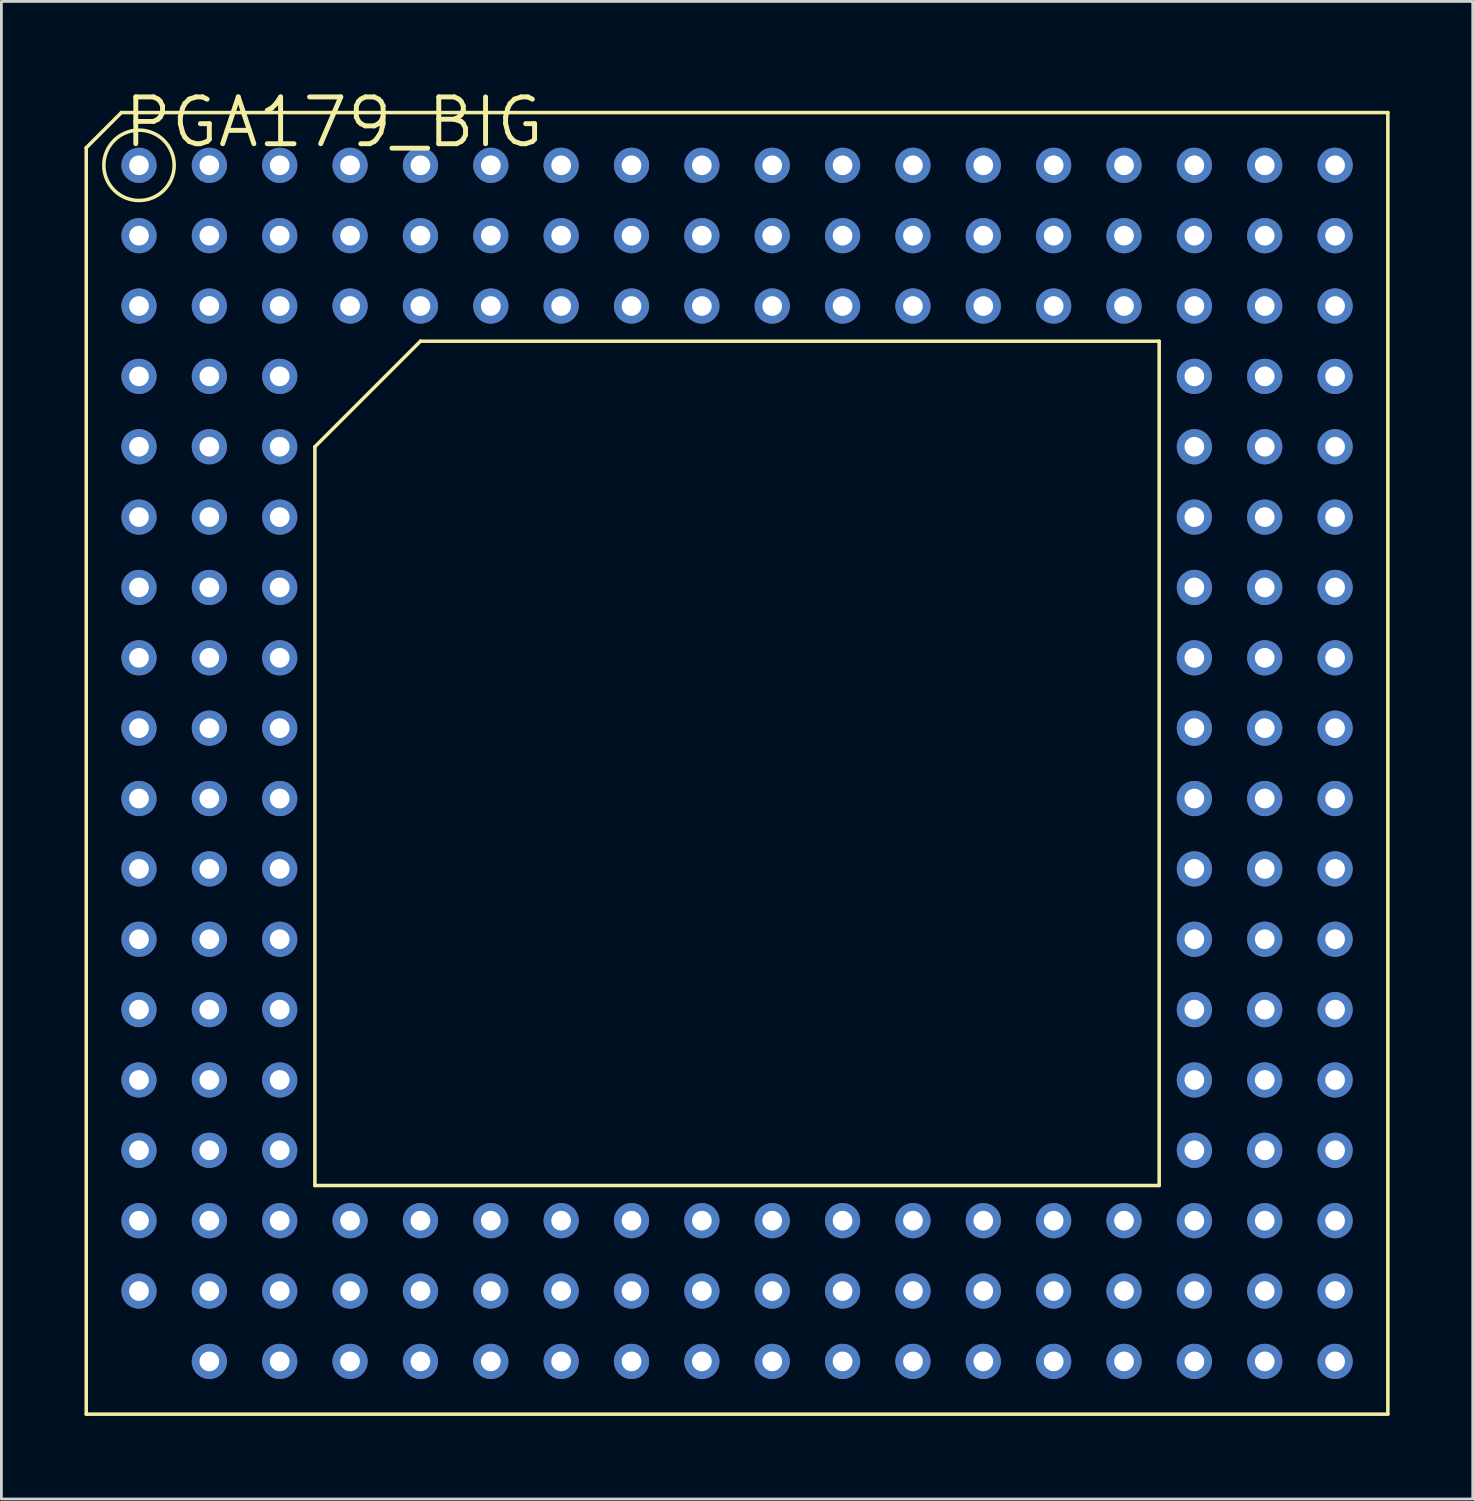
<source format=kicad_pcb>
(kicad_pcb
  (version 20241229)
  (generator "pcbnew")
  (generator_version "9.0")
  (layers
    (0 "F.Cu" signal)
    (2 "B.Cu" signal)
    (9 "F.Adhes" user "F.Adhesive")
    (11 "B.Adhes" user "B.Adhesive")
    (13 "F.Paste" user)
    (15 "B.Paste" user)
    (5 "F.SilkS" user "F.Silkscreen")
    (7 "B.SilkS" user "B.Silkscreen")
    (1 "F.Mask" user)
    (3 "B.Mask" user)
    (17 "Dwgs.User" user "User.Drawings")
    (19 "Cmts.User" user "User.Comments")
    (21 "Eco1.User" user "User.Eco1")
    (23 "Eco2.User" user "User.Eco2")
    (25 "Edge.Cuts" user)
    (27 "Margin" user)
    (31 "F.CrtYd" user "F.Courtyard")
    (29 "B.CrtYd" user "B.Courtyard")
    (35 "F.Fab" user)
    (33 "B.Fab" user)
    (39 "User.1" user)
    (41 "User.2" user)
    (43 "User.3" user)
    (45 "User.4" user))
  (footprint "PGA179_BIG"
    (layer "F.Cu")
    (at 23.558 24.508)
    (property "Reference" "PGA179_BIG" (at -22.225 -24.13 180) (layer "F.SilkS") (effects (font (size 1.689 1.689) (thickness 0.178)) (justify left top)))
    (attr through_hole)
    (fp_line (start -23.495 -22.225) (end -22.225 -23.495) (stroke (width 0.127) (type solid)) (layer "F.SilkS"))
    (fp_line (start -23.495 23.495) (end -23.495 -22.225) (stroke (width 0.127) (type solid)) (layer "F.SilkS"))
    (fp_line (start -22.225 -23.495) (end 23.495 -23.495) (stroke (width 0.127) (type solid)) (layer "F.SilkS"))
    (fp_line (start -15.24 -11.43) (end -15.24 15.24) (stroke (width 0.127) (type solid)) (layer "F.SilkS"))
    (fp_line (start -11.43 -15.24) (end -15.24 -11.43) (stroke (width 0.127) (type solid)) (layer "F.SilkS"))
    (fp_line (start -11.43 -15.24) (end 15.24 -15.24) (stroke (width 0.127) (type solid)) (layer "F.SilkS"))
    (fp_line (start 15.24 15.24) (end -15.24 15.24) (stroke (width 0.127) (type solid)) (layer "F.SilkS"))
    (fp_line (start 15.24 15.24) (end 15.24 -15.24) (stroke (width 0.127) (type solid)) (layer "F.SilkS"))
    (fp_line (start 23.495 -23.495) (end 23.495 23.495) (stroke (width 0.127) (type solid)) (layer "F.SilkS"))
    (fp_line (start 23.495 23.495) (end -23.495 23.495) (stroke (width 0.127) (type solid)) (layer "F.SilkS"))
    (fp_circle (center -21.59 -21.59) (end -20.32 -21.59) (stroke (width 0.127) (type solid)) (fill no) (layer "F.SilkS"))
    (pad "A01" thru_hole circle (at -21.59 -21.59) (size 1.27 1.27) (drill 0.711) (layers "*.Cu" "*.Mask"))
    (pad "A02" thru_hole circle (at -19.05 -21.59) (size 1.27 1.27) (drill 0.711) (layers "*.Cu" "*.Mask"))
    (pad "A03" thru_hole circle (at -16.51 -21.59) (size 1.27 1.27) (drill 0.711) (layers "*.Cu" "*.Mask"))
    (pad "A04" thru_hole circle (at -13.97 -21.59) (size 1.27 1.27) (drill 0.711) (layers "*.Cu" "*.Mask"))
    (pad "A05" thru_hole circle (at -11.43 -21.59) (size 1.27 1.27) (drill 0.711) (layers "*.Cu" "*.Mask"))
    (pad "A06" thru_hole circle (at -8.89 -21.59) (size 1.27 1.27) (drill 0.711) (layers "*.Cu" "*.Mask"))
    (pad "A07" thru_hole circle (at -6.35 -21.59) (size 1.27 1.27) (drill 0.711) (layers "*.Cu" "*.Mask"))
    (pad "A08" thru_hole circle (at -3.81 -21.59) (size 1.27 1.27) (drill 0.711) (layers "*.Cu" "*.Mask"))
    (pad "A09" thru_hole circle (at -1.27 -21.59) (size 1.27 1.27) (drill 0.711) (layers "*.Cu" "*.Mask"))
    (pad "A10" thru_hole circle (at 1.27 -21.59) (size 1.27 1.27) (drill 0.711) (layers "*.Cu" "*.Mask"))
    (pad "A11" thru_hole circle (at 3.81 -21.59) (size 1.27 1.27) (drill 0.711) (layers "*.Cu" "*.Mask"))
    (pad "A12" thru_hole circle (at 6.35 -21.59) (size 1.27 1.27) (drill 0.711) (layers "*.Cu" "*.Mask"))
    (pad "A13" thru_hole circle (at 8.89 -21.59) (size 1.27 1.27) (drill 0.711) (layers "*.Cu" "*.Mask"))
    (pad "A14" thru_hole circle (at 11.43 -21.59) (size 1.27 1.27) (drill 0.711) (layers "*.Cu" "*.Mask"))
    (pad "A15" thru_hole circle (at 13.97 -21.59) (size 1.27 1.27) (drill 0.711) (layers "*.Cu" "*.Mask"))
    (pad "A16" thru_hole circle (at 16.51 -21.59) (size 1.27 1.27) (drill 0.711) (layers "*.Cu" "*.Mask"))
    (pad "A17" thru_hole circle (at 19.05 -21.59) (size 1.27 1.27) (drill 0.711) (layers "*.Cu" "*.Mask"))
    (pad "A18" thru_hole circle (at 21.59 -21.59) (size 1.27 1.27) (drill 0.711) (layers "*.Cu" "*.Mask"))
    (pad "B01" thru_hole circle (at -21.59 -19.05) (size 1.27 1.27) (drill 0.711) (layers "*.Cu" "*.Mask"))
    (pad "B02" thru_hole circle (at -19.05 -19.05) (size 1.27 1.27) (drill 0.711) (layers "*.Cu" "*.Mask"))
    (pad "B03" thru_hole circle (at -16.51 -19.05) (size 1.27 1.27) (drill 0.711) (layers "*.Cu" "*.Mask"))
    (pad "B04" thru_hole circle (at -13.97 -19.05) (size 1.27 1.27) (drill 0.711) (layers "*.Cu" "*.Mask"))
    (pad "B05" thru_hole circle (at -11.43 -19.05) (size 1.27 1.27) (drill 0.711) (layers "*.Cu" "*.Mask"))
    (pad "B06" thru_hole circle (at -8.89 -19.05) (size 1.27 1.27) (drill 0.711) (layers "*.Cu" "*.Mask"))
    (pad "B07" thru_hole circle (at -6.35 -19.05) (size 1.27 1.27) (drill 0.711) (layers "*.Cu" "*.Mask"))
    (pad "B08" thru_hole circle (at -3.81 -19.05) (size 1.27 1.27) (drill 0.711) (layers "*.Cu" "*.Mask"))
    (pad "B09" thru_hole circle (at -1.27 -19.05) (size 1.27 1.27) (drill 0.711) (layers "*.Cu" "*.Mask"))
    (pad "B10" thru_hole circle (at 1.27 -19.05) (size 1.27 1.27) (drill 0.711) (layers "*.Cu" "*.Mask"))
    (pad "B11" thru_hole circle (at 3.81 -19.05) (size 1.27 1.27) (drill 0.711) (layers "*.Cu" "*.Mask"))
    (pad "B12" thru_hole circle (at 6.35 -19.05) (size 1.27 1.27) (drill 0.711) (layers "*.Cu" "*.Mask"))
    (pad "B13" thru_hole circle (at 8.89 -19.05) (size 1.27 1.27) (drill 0.711) (layers "*.Cu" "*.Mask"))
    (pad "B14" thru_hole circle (at 11.43 -19.05) (size 1.27 1.27) (drill 0.711) (layers "*.Cu" "*.Mask"))
    (pad "B15" thru_hole circle (at 13.97 -19.05) (size 1.27 1.27) (drill 0.711) (layers "*.Cu" "*.Mask"))
    (pad "B16" thru_hole circle (at 16.51 -19.05) (size 1.27 1.27) (drill 0.711) (layers "*.Cu" "*.Mask"))
    (pad "B17" thru_hole circle (at 19.05 -19.05) (size 1.27 1.27) (drill 0.711) (layers "*.Cu" "*.Mask"))
    (pad "B18" thru_hole circle (at 21.59 -19.05) (size 1.27 1.27) (drill 0.711) (layers "*.Cu" "*.Mask"))
    (pad "C01" thru_hole circle (at -21.59 -16.51) (size 1.27 1.27) (drill 0.711) (layers "*.Cu" "*.Mask"))
    (pad "C02" thru_hole circle (at -19.05 -16.51) (size 1.27 1.27) (drill 0.711) (layers "*.Cu" "*.Mask"))
    (pad "C03" thru_hole circle (at -16.51 -16.51) (size 1.27 1.27) (drill 0.711) (layers "*.Cu" "*.Mask"))
    (pad "C04" thru_hole circle (at -13.97 -16.51) (size 1.27 1.27) (drill 0.711) (layers "*.Cu" "*.Mask"))
    (pad "C05" thru_hole circle (at -11.43 -16.51) (size 1.27 1.27) (drill 0.711) (layers "*.Cu" "*.Mask"))
    (pad "C06" thru_hole circle (at -8.89 -16.51) (size 1.27 1.27) (drill 0.711) (layers "*.Cu" "*.Mask"))
    (pad "C07" thru_hole circle (at -6.35 -16.51) (size 1.27 1.27) (drill 0.711) (layers "*.Cu" "*.Mask"))
    (pad "C08" thru_hole circle (at -3.81 -16.51) (size 1.27 1.27) (drill 0.711) (layers "*.Cu" "*.Mask"))
    (pad "C09" thru_hole circle (at -1.27 -16.51) (size 1.27 1.27) (drill 0.711) (layers "*.Cu" "*.Mask"))
    (pad "C10" thru_hole circle (at 1.27 -16.51) (size 1.27 1.27) (drill 0.711) (layers "*.Cu" "*.Mask"))
    (pad "C11" thru_hole circle (at 3.81 -16.51) (size 1.27 1.27) (drill 0.711) (layers "*.Cu" "*.Mask"))
    (pad "C12" thru_hole circle (at 6.35 -16.51) (size 1.27 1.27) (drill 0.711) (layers "*.Cu" "*.Mask"))
    (pad "C13" thru_hole circle (at 8.89 -16.51) (size 1.27 1.27) (drill 0.711) (layers "*.Cu" "*.Mask"))
    (pad "C14" thru_hole circle (at 11.43 -16.51) (size 1.27 1.27) (drill 0.711) (layers "*.Cu" "*.Mask"))
    (pad "C15" thru_hole circle (at 13.97 -16.51) (size 1.27 1.27) (drill 0.711) (layers "*.Cu" "*.Mask"))
    (pad "C16" thru_hole circle (at 16.51 -16.51) (size 1.27 1.27) (drill 0.711) (layers "*.Cu" "*.Mask"))
    (pad "C17" thru_hole circle (at 19.05 -16.51) (size 1.27 1.27) (drill 0.711) (layers "*.Cu" "*.Mask"))
    (pad "C18" thru_hole circle (at 21.59 -16.51) (size 1.27 1.27) (drill 0.711) (layers "*.Cu" "*.Mask"))
    (pad "D01" thru_hole circle (at -21.59 -13.97) (size 1.27 1.27) (drill 0.711) (layers "*.Cu" "*.Mask"))
    (pad "D02" thru_hole circle (at -19.05 -13.97) (size 1.27 1.27) (drill 0.711) (layers "*.Cu" "*.Mask"))
    (pad "D03" thru_hole circle (at -16.51 -13.97) (size 1.27 1.27) (drill 0.711) (layers "*.Cu" "*.Mask"))
    (pad "D16" thru_hole circle (at 16.51 -13.97) (size 1.27 1.27) (drill 0.711) (layers "*.Cu" "*.Mask"))
    (pad "D17" thru_hole circle (at 19.05 -13.97) (size 1.27 1.27) (drill 0.711) (layers "*.Cu" "*.Mask"))
    (pad "D18" thru_hole circle (at 21.59 -13.97) (size 1.27 1.27) (drill 0.711) (layers "*.Cu" "*.Mask"))
    (pad "E01" thru_hole circle (at -21.59 -11.43) (size 1.27 1.27) (drill 0.711) (layers "*.Cu" "*.Mask"))
    (pad "E02" thru_hole circle (at -19.05 -11.43) (size 1.27 1.27) (drill 0.711) (layers "*.Cu" "*.Mask"))
    (pad "E03" thru_hole circle (at -16.51 -11.43) (size 1.27 1.27) (drill 0.711) (layers "*.Cu" "*.Mask"))
    (pad "E16" thru_hole circle (at 16.51 -11.43) (size 1.27 1.27) (drill 0.711) (layers "*.Cu" "*.Mask"))
    (pad "E17" thru_hole circle (at 19.05 -11.43) (size 1.27 1.27) (drill 0.711) (layers "*.Cu" "*.Mask"))
    (pad "E18" thru_hole circle (at 21.59 -11.43) (size 1.27 1.27) (drill 0.711) (layers "*.Cu" "*.Mask"))
    (pad "F01" thru_hole circle (at -21.59 -8.89) (size 1.27 1.27) (drill 0.711) (layers "*.Cu" "*.Mask"))
    (pad "F02" thru_hole circle (at -19.05 -8.89) (size 1.27 1.27) (drill 0.711) (layers "*.Cu" "*.Mask"))
    (pad "F03" thru_hole circle (at -16.51 -8.89) (size 1.27 1.27) (drill 0.711) (layers "*.Cu" "*.Mask"))
    (pad "F16" thru_hole circle (at 16.51 -8.89) (size 1.27 1.27) (drill 0.711) (layers "*.Cu" "*.Mask"))
    (pad "F17" thru_hole circle (at 19.05 -8.89) (size 1.27 1.27) (drill 0.711) (layers "*.Cu" "*.Mask"))
    (pad "F18" thru_hole circle (at 21.59 -8.89) (size 1.27 1.27) (drill 0.711) (layers "*.Cu" "*.Mask"))
    (pad "G01" thru_hole circle (at -21.59 -6.35) (size 1.27 1.27) (drill 0.711) (layers "*.Cu" "*.Mask"))
    (pad "G02" thru_hole circle (at -19.05 -6.35) (size 1.27 1.27) (drill 0.711) (layers "*.Cu" "*.Mask"))
    (pad "G03" thru_hole circle (at -16.51 -6.35) (size 1.27 1.27) (drill 0.711) (layers "*.Cu" "*.Mask"))
    (pad "G16" thru_hole circle (at 16.51 -6.35) (size 1.27 1.27) (drill 0.711) (layers "*.Cu" "*.Mask"))
    (pad "G17" thru_hole circle (at 19.05 -6.35) (size 1.27 1.27) (drill 0.711) (layers "*.Cu" "*.Mask"))
    (pad "G18" thru_hole circle (at 21.59 -6.35) (size 1.27 1.27) (drill 0.711) (layers "*.Cu" "*.Mask"))
    (pad "H01" thru_hole circle (at -21.59 -3.81) (size 1.27 1.27) (drill 0.711) (layers "*.Cu" "*.Mask"))
    (pad "H02" thru_hole circle (at -19.05 -3.81) (size 1.27 1.27) (drill 0.711) (layers "*.Cu" "*.Mask"))
    (pad "H03" thru_hole circle (at -16.51 -3.81) (size 1.27 1.27) (drill 0.711) (layers "*.Cu" "*.Mask"))
    (pad "H16" thru_hole circle (at 16.51 -3.81) (size 1.27 1.27) (drill 0.711) (layers "*.Cu" "*.Mask"))
    (pad "H17" thru_hole circle (at 19.05 -3.81) (size 1.27 1.27) (drill 0.711) (layers "*.Cu" "*.Mask"))
    (pad "H18" thru_hole circle (at 21.59 -3.81) (size 1.27 1.27) (drill 0.711) (layers "*.Cu" "*.Mask"))
    (pad "J01" thru_hole circle (at -21.59 -1.27) (size 1.27 1.27) (drill 0.711) (layers "*.Cu" "*.Mask"))
    (pad "J02" thru_hole circle (at -19.05 -1.27) (size 1.27 1.27) (drill 0.711) (layers "*.Cu" "*.Mask"))
    (pad "J03" thru_hole circle (at -16.51 -1.27) (size 1.27 1.27) (drill 0.711) (layers "*.Cu" "*.Mask"))
    (pad "J16" thru_hole circle (at 16.51 -1.27) (size 1.27 1.27) (drill 0.711) (layers "*.Cu" "*.Mask"))
    (pad "J17" thru_hole circle (at 19.05 -1.27) (size 1.27 1.27) (drill 0.711) (layers "*.Cu" "*.Mask"))
    (pad "J18" thru_hole circle (at 21.59 -1.27) (size 1.27 1.27) (drill 0.711) (layers "*.Cu" "*.Mask"))
    (pad "K01" thru_hole circle (at -21.59 1.27) (size 1.27 1.27) (drill 0.711) (layers "*.Cu" "*.Mask"))
    (pad "K02" thru_hole circle (at -19.05 1.27) (size 1.27 1.27) (drill 0.711) (layers "*.Cu" "*.Mask"))
    (pad "K03" thru_hole circle (at -16.51 1.27) (size 1.27 1.27) (drill 0.711) (layers "*.Cu" "*.Mask"))
    (pad "K16" thru_hole circle (at 16.51 1.27) (size 1.27 1.27) (drill 0.711) (layers "*.Cu" "*.Mask"))
    (pad "K17" thru_hole circle (at 19.05 1.27) (size 1.27 1.27) (drill 0.711) (layers "*.Cu" "*.Mask"))
    (pad "K18" thru_hole circle (at 21.59 1.27) (size 1.27 1.27) (drill 0.711) (layers "*.Cu" "*.Mask"))
    (pad "L01" thru_hole circle (at -21.59 3.81) (size 1.27 1.27) (drill 0.711) (layers "*.Cu" "*.Mask"))
    (pad "L02" thru_hole circle (at -19.05 3.81) (size 1.27 1.27) (drill 0.711) (layers "*.Cu" "*.Mask"))
    (pad "L03" thru_hole circle (at -16.51 3.81) (size 1.27 1.27) (drill 0.711) (layers "*.Cu" "*.Mask"))
    (pad "L16" thru_hole circle (at 16.51 3.81) (size 1.27 1.27) (drill 0.711) (layers "*.Cu" "*.Mask"))
    (pad "L17" thru_hole circle (at 19.05 3.81) (size 1.27 1.27) (drill 0.711) (layers "*.Cu" "*.Mask"))
    (pad "L18" thru_hole circle (at 21.59 3.81) (size 1.27 1.27) (drill 0.711) (layers "*.Cu" "*.Mask"))
    (pad "M01" thru_hole circle (at -21.59 6.35) (size 1.27 1.27) (drill 0.711) (layers "*.Cu" "*.Mask"))
    (pad "M02" thru_hole circle (at -19.05 6.35) (size 1.27 1.27) (drill 0.711) (layers "*.Cu" "*.Mask"))
    (pad "M03" thru_hole circle (at -16.51 6.35) (size 1.27 1.27) (drill 0.711) (layers "*.Cu" "*.Mask"))
    (pad "M16" thru_hole circle (at 16.51 6.35) (size 1.27 1.27) (drill 0.711) (layers "*.Cu" "*.Mask"))
    (pad "M17" thru_hole circle (at 19.05 6.35) (size 1.27 1.27) (drill 0.711) (layers "*.Cu" "*.Mask"))
    (pad "M18" thru_hole circle (at 21.59 6.35) (size 1.27 1.27) (drill 0.711) (layers "*.Cu" "*.Mask"))
    (pad "N01" thru_hole circle (at -21.59 8.89) (size 1.27 1.27) (drill 0.711) (layers "*.Cu" "*.Mask"))
    (pad "N02" thru_hole circle (at -19.05 8.89) (size 1.27 1.27) (drill 0.711) (layers "*.Cu" "*.Mask"))
    (pad "N03" thru_hole circle (at -16.51 8.89) (size 1.27 1.27) (drill 0.711) (layers "*.Cu" "*.Mask"))
    (pad "N16" thru_hole circle (at 16.51 8.89) (size 1.27 1.27) (drill 0.711) (layers "*.Cu" "*.Mask"))
    (pad "N17" thru_hole circle (at 19.05 8.89) (size 1.27 1.27) (drill 0.711) (layers "*.Cu" "*.Mask"))
    (pad "N18" thru_hole circle (at 21.59 8.89) (size 1.27 1.27) (drill 0.711) (layers "*.Cu" "*.Mask"))
    (pad "P01" thru_hole circle (at -21.59 11.43) (size 1.27 1.27) (drill 0.711) (layers "*.Cu" "*.Mask"))
    (pad "P02" thru_hole circle (at -19.05 11.43) (size 1.27 1.27) (drill 0.711) (layers "*.Cu" "*.Mask"))
    (pad "P03" thru_hole circle (at -16.51 11.43) (size 1.27 1.27) (drill 0.711) (layers "*.Cu" "*.Mask"))
    (pad "P16" thru_hole circle (at 16.51 11.43) (size 1.27 1.27) (drill 0.711) (layers "*.Cu" "*.Mask"))
    (pad "P17" thru_hole circle (at 19.05 11.43) (size 1.27 1.27) (drill 0.711) (layers "*.Cu" "*.Mask"))
    (pad "P18" thru_hole circle (at 21.59 11.43) (size 1.27 1.27) (drill 0.711) (layers "*.Cu" "*.Mask"))
    (pad "Q01" thru_hole circle (at -21.59 13.97) (size 1.27 1.27) (drill 0.711) (layers "*.Cu" "*.Mask"))
    (pad "Q02" thru_hole circle (at -19.05 13.97) (size 1.27 1.27) (drill 0.711) (layers "*.Cu" "*.Mask"))
    (pad "Q03" thru_hole circle (at -16.51 13.97) (size 1.27 1.27) (drill 0.711) (layers "*.Cu" "*.Mask"))
    (pad "Q16" thru_hole circle (at 16.51 13.97) (size 1.27 1.27) (drill 0.711) (layers "*.Cu" "*.Mask"))
    (pad "Q17" thru_hole circle (at 19.05 13.97) (size 1.27 1.27) (drill 0.711) (layers "*.Cu" "*.Mask"))
    (pad "Q18" thru_hole circle (at 21.59 13.97) (size 1.27 1.27) (drill 0.711) (layers "*.Cu" "*.Mask"))
    (pad "R01" thru_hole circle (at -21.59 16.51) (size 1.27 1.27) (drill 0.711) (layers "*.Cu" "*.Mask"))
    (pad "R02" thru_hole circle (at -19.05 16.51) (size 1.27 1.27) (drill 0.711) (layers "*.Cu" "*.Mask"))
    (pad "R03" thru_hole circle (at -16.51 16.51) (size 1.27 1.27) (drill 0.711) (layers "*.Cu" "*.Mask"))
    (pad "R04" thru_hole circle (at -13.97 16.51) (size 1.27 1.27) (drill 0.711) (layers "*.Cu" "*.Mask"))
    (pad "R05" thru_hole circle (at -11.43 16.51) (size 1.27 1.27) (drill 0.711) (layers "*.Cu" "*.Mask"))
    (pad "R06" thru_hole circle (at -8.89 16.51) (size 1.27 1.27) (drill 0.711) (layers "*.Cu" "*.Mask"))
    (pad "R07" thru_hole circle (at -6.35 16.51) (size 1.27 1.27) (drill 0.711) (layers "*.Cu" "*.Mask"))
    (pad "R08" thru_hole circle (at -3.81 16.51) (size 1.27 1.27) (drill 0.711) (layers "*.Cu" "*.Mask"))
    (pad "R09" thru_hole circle (at -1.27 16.51) (size 1.27 1.27) (drill 0.711) (layers "*.Cu" "*.Mask"))
    (pad "R10" thru_hole circle (at 1.27 16.51) (size 1.27 1.27) (drill 0.711) (layers "*.Cu" "*.Mask"))
    (pad "R11" thru_hole circle (at 3.81 16.51) (size 1.27 1.27) (drill 0.711) (layers "*.Cu" "*.Mask"))
    (pad "R12" thru_hole circle (at 6.35 16.51) (size 1.27 1.27) (drill 0.711) (layers "*.Cu" "*.Mask"))
    (pad "R13" thru_hole circle (at 8.89 16.51) (size 1.27 1.27) (drill 0.711) (layers "*.Cu" "*.Mask"))
    (pad "R14" thru_hole circle (at 11.43 16.51) (size 1.27 1.27) (drill 0.711) (layers "*.Cu" "*.Mask"))
    (pad "R15" thru_hole circle (at 13.97 16.51) (size 1.27 1.27) (drill 0.711) (layers "*.Cu" "*.Mask"))
    (pad "R16" thru_hole circle (at 16.51 16.51) (size 1.27 1.27) (drill 0.711) (layers "*.Cu" "*.Mask"))
    (pad "R17" thru_hole circle (at 19.05 16.51) (size 1.27 1.27) (drill 0.711) (layers "*.Cu" "*.Mask"))
    (pad "R18" thru_hole circle (at 21.59 16.51) (size 1.27 1.27) (drill 0.711) (layers "*.Cu" "*.Mask"))
    (pad "S01" thru_hole circle (at -21.59 19.05) (size 1.27 1.27) (drill 0.711) (layers "*.Cu" "*.Mask"))
    (pad "S02" thru_hole circle (at -19.05 19.05) (size 1.27 1.27) (drill 0.711) (layers "*.Cu" "*.Mask"))
    (pad "S03" thru_hole circle (at -16.51 19.05) (size 1.27 1.27) (drill 0.711) (layers "*.Cu" "*.Mask"))
    (pad "S04" thru_hole circle (at -13.97 19.05) (size 1.27 1.27) (drill 0.711) (layers "*.Cu" "*.Mask"))
    (pad "S05" thru_hole circle (at -11.43 19.05) (size 1.27 1.27) (drill 0.711) (layers "*.Cu" "*.Mask"))
    (pad "S06" thru_hole circle (at -8.89 19.05) (size 1.27 1.27) (drill 0.711) (layers "*.Cu" "*.Mask"))
    (pad "S07" thru_hole circle (at -6.35 19.05) (size 1.27 1.27) (drill 0.711) (layers "*.Cu" "*.Mask"))
    (pad "S08" thru_hole circle (at -3.81 19.05) (size 1.27 1.27) (drill 0.711) (layers "*.Cu" "*.Mask"))
    (pad "S09" thru_hole circle (at -1.27 19.05) (size 1.27 1.27) (drill 0.711) (layers "*.Cu" "*.Mask"))
    (pad "S10" thru_hole circle (at 1.27 19.05) (size 1.27 1.27) (drill 0.711) (layers "*.Cu" "*.Mask"))
    (pad "S11" thru_hole circle (at 3.81 19.05) (size 1.27 1.27) (drill 0.711) (layers "*.Cu" "*.Mask"))
    (pad "S12" thru_hole circle (at 6.35 19.05) (size 1.27 1.27) (drill 0.711) (layers "*.Cu" "*.Mask"))
    (pad "S13" thru_hole circle (at 8.89 19.05) (size 1.27 1.27) (drill 0.711) (layers "*.Cu" "*.Mask"))
    (pad "S14" thru_hole circle (at 11.43 19.05) (size 1.27 1.27) (drill 0.711) (layers "*.Cu" "*.Mask"))
    (pad "S15" thru_hole circle (at 13.97 19.05) (size 1.27 1.27) (drill 0.711) (layers "*.Cu" "*.Mask"))
    (pad "S16" thru_hole circle (at 16.51 19.05) (size 1.27 1.27) (drill 0.711) (layers "*.Cu" "*.Mask"))
    (pad "S17" thru_hole circle (at 19.05 19.05) (size 1.27 1.27) (drill 0.711) (layers "*.Cu" "*.Mask"))
    (pad "S18" thru_hole circle (at 21.59 19.05) (size 1.27 1.27) (drill 0.711) (layers "*.Cu" "*.Mask"))
    (pad "T02" thru_hole circle (at -19.05 21.59) (size 1.27 1.27) (drill 0.711) (layers "*.Cu" "*.Mask"))
    (pad "T03" thru_hole circle (at -16.51 21.59) (size 1.27 1.27) (drill 0.711) (layers "*.Cu" "*.Mask"))
    (pad "T04" thru_hole circle (at -13.97 21.59) (size 1.27 1.27) (drill 0.711) (layers "*.Cu" "*.Mask"))
    (pad "T05" thru_hole circle (at -11.43 21.59) (size 1.27 1.27) (drill 0.711) (layers "*.Cu" "*.Mask"))
    (pad "T06" thru_hole circle (at -8.89 21.59) (size 1.27 1.27) (drill 0.711) (layers "*.Cu" "*.Mask"))
    (pad "T07" thru_hole circle (at -6.35 21.59) (size 1.27 1.27) (drill 0.711) (layers "*.Cu" "*.Mask"))
    (pad "T08" thru_hole circle (at -3.81 21.59) (size 1.27 1.27) (drill 0.711) (layers "*.Cu" "*.Mask"))
    (pad "T09" thru_hole circle (at -1.27 21.59) (size 1.27 1.27) (drill 0.711) (layers "*.Cu" "*.Mask"))
    (pad "T10" thru_hole circle (at 1.27 21.59) (size 1.27 1.27) (drill 0.711) (layers "*.Cu" "*.Mask"))
    (pad "T11" thru_hole circle (at 3.81 21.59) (size 1.27 1.27) (drill 0.711) (layers "*.Cu" "*.Mask"))
    (pad "T12" thru_hole circle (at 6.35 21.59) (size 1.27 1.27) (drill 0.711) (layers "*.Cu" "*.Mask"))
    (pad "T13" thru_hole circle (at 8.89 21.59) (size 1.27 1.27) (drill 0.711) (layers "*.Cu" "*.Mask"))
    (pad "T14" thru_hole circle (at 11.43 21.59) (size 1.27 1.27) (drill 0.711) (layers "*.Cu" "*.Mask"))
    (pad "T15" thru_hole circle (at 13.97 21.59) (size 1.27 1.27) (drill 0.711) (layers "*.Cu" "*.Mask"))
    (pad "T16" thru_hole circle (at 16.51 21.59) (size 1.27 1.27) (drill 0.711) (layers "*.Cu" "*.Mask"))
    (pad "T17" thru_hole circle (at 19.05 21.59) (size 1.27 1.27) (drill 0.711) (layers "*.Cu" "*.Mask"))
    (pad "T18" thru_hole circle (at 21.59 21.59) (size 1.27 1.27) (drill 0.711) (layers "*.Cu" "*.Mask")))
  (gr_rect
    (start -3 -3)
    (end 50.117 51.066)
    (stroke (width 0.1) (type default))
    (fill no)
    (layer "Edge.Cuts")))
</source>
